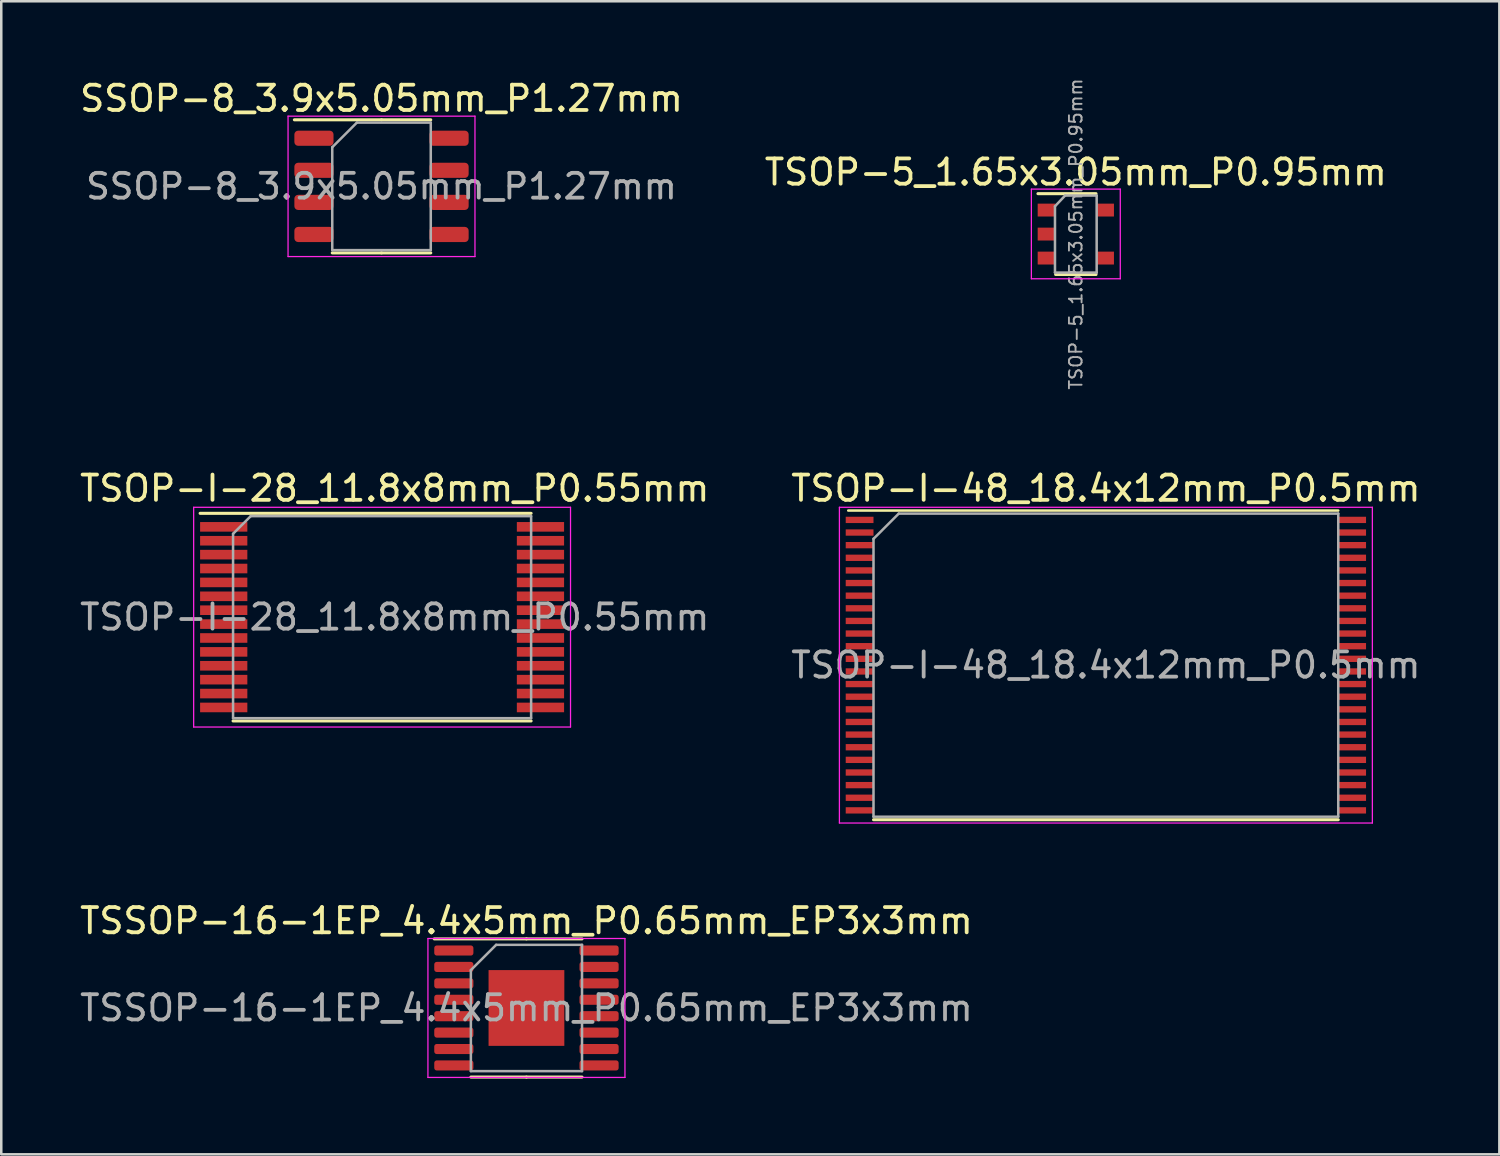
<source format=kicad_pcb>
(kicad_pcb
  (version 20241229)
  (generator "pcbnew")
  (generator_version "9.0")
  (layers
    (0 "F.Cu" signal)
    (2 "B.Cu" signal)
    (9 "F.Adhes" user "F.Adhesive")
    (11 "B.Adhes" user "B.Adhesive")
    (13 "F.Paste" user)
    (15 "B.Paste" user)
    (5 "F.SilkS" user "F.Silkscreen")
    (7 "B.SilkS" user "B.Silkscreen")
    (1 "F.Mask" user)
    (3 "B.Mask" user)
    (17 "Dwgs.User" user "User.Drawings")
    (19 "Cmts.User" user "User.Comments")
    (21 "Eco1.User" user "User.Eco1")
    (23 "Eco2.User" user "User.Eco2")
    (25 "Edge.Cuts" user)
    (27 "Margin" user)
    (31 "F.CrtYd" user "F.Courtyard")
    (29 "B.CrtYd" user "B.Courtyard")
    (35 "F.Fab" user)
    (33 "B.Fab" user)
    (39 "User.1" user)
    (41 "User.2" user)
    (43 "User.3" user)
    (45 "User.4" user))
  (footprint "TSOP-I-48_18.4x12mm_P0.5mm"
    (layer "F.Cu")
    (at 40.732 23.283)
    (property "Reference" "TSOP-I-48_18.4x12mm_P0.5mm" (at 0 -7 0) (layer "F.SilkS") (effects (font (size 1 1) (thickness 0.15))))
    (attr smd)
    (fp_line (start -9.2 6.12) (end 9.2 6.12) (stroke (width 0.12) (type solid)) (layer "F.SilkS"))
    (fp_line (start 9.2 -6.12) (end -10.2 -6.12) (stroke (width 0.1) (type solid)) (layer "F.SilkS"))
    (fp_line (start -10.55 -6.25) (end 10.55 -6.25) (stroke (width 0.05) (type solid)) (layer "F.CrtYd"))
    (fp_line (start -10.55 6.25) (end -10.55 -6.25) (stroke (width 0.05) (type solid)) (layer "F.CrtYd"))
    (fp_line (start 10.55 -6.25) (end 10.55 6.25) (stroke (width 0.05) (type solid)) (layer "F.CrtYd"))
    (fp_line (start 10.55 6.25) (end -10.55 6.25) (stroke (width 0.05) (type solid)) (layer "F.CrtYd"))
    (fp_line (start -9.2 6) (end -9.2 -5) (stroke (width 0.1) (type solid)) (layer "F.Fab"))
    (fp_line (start -8.2 -6) (end -9.2 -5) (stroke (width 0.1) (type solid)) (layer "F.Fab"))
    (fp_line (start -8.2 -6) (end 9.2 -6) (stroke (width 0.1) (type solid)) (layer "F.Fab"))
    (fp_line (start 9.2 -6) (end 9.2 6) (stroke (width 0.1) (type solid)) (layer "F.Fab"))
    (fp_line (start 9.2 6) (end -9.2 6) (stroke (width 0.1) (type solid)) (layer "F.Fab"))
    (fp_text user "${REFERENCE}" (at 0 0 0) (layer "F.Fab") (effects (font (size 1 1) (thickness 0.15))))
    (pad "1" smd rect (at -9.75 -5.75) (size 1.1 0.25) (layers "F.Cu" "F.Mask" "F.Paste"))
    (pad "2" smd rect (at -9.75 -5.25) (size 1.1 0.25) (layers "F.Cu" "F.Mask" "F.Paste"))
    (pad "3" smd rect (at -9.75 -4.75) (size 1.1 0.25) (layers "F.Cu" "F.Mask" "F.Paste"))
    (pad "4" smd rect (at -9.75 -4.25) (size 1.1 0.25) (layers "F.Cu" "F.Mask" "F.Paste"))
    (pad "5" smd rect (at -9.75 -3.75) (size 1.1 0.25) (layers "F.Cu" "F.Mask" "F.Paste"))
    (pad "6" smd rect (at -9.75 -3.25) (size 1.1 0.25) (layers "F.Cu" "F.Mask" "F.Paste"))
    (pad "7" smd rect (at -9.75 -2.75) (size 1.1 0.25) (layers "F.Cu" "F.Mask" "F.Paste"))
    (pad "8" smd rect (at -9.75 -2.25) (size 1.1 0.25) (layers "F.Cu" "F.Mask" "F.Paste"))
    (pad "9" smd rect (at -9.75 -1.75) (size 1.1 0.25) (layers "F.Cu" "F.Mask" "F.Paste"))
    (pad "10" smd rect (at -9.75 -1.25) (size 1.1 0.25) (layers "F.Cu" "F.Mask" "F.Paste"))
    (pad "11" smd rect (at -9.75 -0.75) (size 1.1 0.25) (layers "F.Cu" "F.Mask" "F.Paste"))
    (pad "12" smd rect (at -9.75 -0.25) (size 1.1 0.25) (layers "F.Cu" "F.Mask" "F.Paste"))
    (pad "13" smd rect (at -9.75 0.25) (size 1.1 0.25) (layers "F.Cu" "F.Mask" "F.Paste"))
    (pad "14" smd rect (at -9.75 0.75) (size 1.1 0.25) (layers "F.Cu" "F.Mask" "F.Paste"))
    (pad "15" smd rect (at -9.75 1.25) (size 1.1 0.25) (layers "F.Cu" "F.Mask" "F.Paste"))
    (pad "16" smd rect (at -9.75 1.75) (size 1.1 0.25) (layers "F.Cu" "F.Mask" "F.Paste"))
    (pad "17" smd rect (at -9.75 2.25) (size 1.1 0.25) (layers "F.Cu" "F.Mask" "F.Paste"))
    (pad "18" smd rect (at -9.75 2.75) (size 1.1 0.25) (layers "F.Cu" "F.Mask" "F.Paste"))
    (pad "19" smd rect (at -9.75 3.25) (size 1.1 0.25) (layers "F.Cu" "F.Mask" "F.Paste"))
    (pad "20" smd rect (at -9.75 3.75) (size 1.1 0.25) (layers "F.Cu" "F.Mask" "F.Paste"))
    (pad "21" smd rect (at -9.75 4.25) (size 1.1 0.25) (layers "F.Cu" "F.Mask" "F.Paste"))
    (pad "22" smd rect (at -9.75 4.75) (size 1.1 0.25) (layers "F.Cu" "F.Mask" "F.Paste"))
    (pad "23" smd rect (at -9.75 5.25) (size 1.1 0.25) (layers "F.Cu" "F.Mask" "F.Paste"))
    (pad "24" smd rect (at -9.75 5.75) (size 1.1 0.25) (layers "F.Cu" "F.Mask" "F.Paste"))
    (pad "25" smd rect (at 9.75 5.75) (size 1.1 0.25) (layers "F.Cu" "F.Mask" "F.Paste"))
    (pad "26" smd rect (at 9.75 5.25) (size 1.1 0.25) (layers "F.Cu" "F.Mask" "F.Paste"))
    (pad "27" smd rect (at 9.75 4.75) (size 1.1 0.25) (layers "F.Cu" "F.Mask" "F.Paste"))
    (pad "28" smd rect (at 9.75 4.25) (size 1.1 0.25) (layers "F.Cu" "F.Mask" "F.Paste"))
    (pad "29" smd rect (at 9.75 3.75) (size 1.1 0.25) (layers "F.Cu" "F.Mask" "F.Paste"))
    (pad "30" smd rect (at 9.75 3.25) (size 1.1 0.25) (layers "F.Cu" "F.Mask" "F.Paste"))
    (pad "31" smd rect (at 9.75 2.75) (size 1.1 0.25) (layers "F.Cu" "F.Mask" "F.Paste"))
    (pad "32" smd rect (at 9.75 2.25) (size 1.1 0.25) (layers "F.Cu" "F.Mask" "F.Paste"))
    (pad "33" smd rect (at 9.75 1.75) (size 1.1 0.25) (layers "F.Cu" "F.Mask" "F.Paste"))
    (pad "34" smd rect (at 9.75 1.25) (size 1.1 0.25) (layers "F.Cu" "F.Mask" "F.Paste"))
    (pad "35" smd rect (at 9.75 0.75) (size 1.1 0.25) (layers "F.Cu" "F.Mask" "F.Paste"))
    (pad "36" smd rect (at 9.75 0.25) (size 1.1 0.25) (layers "F.Cu" "F.Mask" "F.Paste"))
    (pad "37" smd rect (at 9.75 -0.25) (size 1.1 0.25) (layers "F.Cu" "F.Mask" "F.Paste"))
    (pad "38" smd rect (at 9.75 -0.75) (size 1.1 0.25) (layers "F.Cu" "F.Mask" "F.Paste"))
    (pad "39" smd rect (at 9.75 -1.25) (size 1.1 0.25) (layers "F.Cu" "F.Mask" "F.Paste"))
    (pad "40" smd rect (at 9.75 -1.75) (size 1.1 0.25) (layers "F.Cu" "F.Mask" "F.Paste"))
    (pad "41" smd rect (at 9.75 -2.25) (size 1.1 0.25) (layers "F.Cu" "F.Mask" "F.Paste"))
    (pad "42" smd rect (at 9.75 -2.75) (size 1.1 0.25) (layers "F.Cu" "F.Mask" "F.Paste"))
    (pad "43" smd rect (at 9.75 -3.25) (size 1.1 0.25) (layers "F.Cu" "F.Mask" "F.Paste"))
    (pad "44" smd rect (at 9.75 -3.75) (size 1.1 0.25) (layers "F.Cu" "F.Mask" "F.Paste"))
    (pad "45" smd rect (at 9.75 -4.25) (size 1.1 0.25) (layers "F.Cu" "F.Mask" "F.Paste"))
    (pad "46" smd rect (at 9.75 -4.75) (size 1.1 0.25) (layers "F.Cu" "F.Mask" "F.Paste"))
    (pad "47" smd rect (at 9.75 -5.25) (size 1.1 0.25) (layers "F.Cu" "F.Mask" "F.Paste"))
    (pad "48" smd rect (at 9.75 -5.75) (size 1.1 0.25) (layers "F.Cu" "F.Mask" "F.Paste")))
  (footprint "TSOP-5_1.65x3.05mm_P0.95mm"
    (layer "F.Cu")
    (at 39.542 6.217)
    (property "Reference" "TSOP-5_1.65x3.05mm_P0.95mm" (at 0 -2.45 0) (layer "F.SilkS") (effects (font (size 1 1) (thickness 0.15))))
    (attr smd)
    (fp_line (start -0.8 1.6) (end 0.8 1.6) (stroke (width 0.12) (type solid)) (layer "F.SilkS"))
    (fp_line (start 0.8 -1.6) (end -1.5 -1.6) (stroke (width 0.12) (type solid)) (layer "F.SilkS"))
    (fp_line (start -1.76 -1.78) (end -1.76 1.77) (stroke (width 0.05) (type solid)) (layer "F.CrtYd"))
    (fp_line (start -1.76 -1.78) (end 1.76 -1.78) (stroke (width 0.05) (type solid)) (layer "F.CrtYd"))
    (fp_line (start 1.76 1.77) (end -1.76 1.77) (stroke (width 0.05) (type solid)) (layer "F.CrtYd"))
    (fp_line (start 1.76 1.77) (end 1.76 -1.78) (stroke (width 0.05) (type solid)) (layer "F.CrtYd"))
    (fp_line (start -0.825 -1.1) (end -0.825 1.525) (stroke (width 0.1) (type solid)) (layer "F.Fab"))
    (fp_line (start -0.825 -1.1) (end -0.425 -1.525) (stroke (width 0.1) (type solid)) (layer "F.Fab"))
    (fp_line (start 0.825 -1.525) (end -0.425 -1.525) (stroke (width 0.1) (type solid)) (layer "F.Fab"))
    (fp_line (start 0.825 -1.525) (end 0.825 1.525) (stroke (width 0.1) (type solid)) (layer "F.Fab"))
    (fp_line (start 0.825 1.525) (end -0.825 1.525) (stroke (width 0.1) (type solid)) (layer "F.Fab"))
    (fp_text user "${REFERENCE}" (at 0 0 90) (layer "F.Fab") (effects (font (size 0.5 0.5) (thickness 0.075))))
    (pad "1" smd rect (at -1.16 -0.95) (size 0.7 0.51) (layers "F.Cu" "F.Mask" "F.Paste"))
    (pad "2" smd rect (at -1.16 0) (size 0.7 0.51) (layers "F.Cu" "F.Mask" "F.Paste"))
    (pad "3" smd rect (at -1.16 0.95) (size 0.7 0.51) (layers "F.Cu" "F.Mask" "F.Paste"))
    (pad "4" smd rect (at 1.16 0.95) (size 0.7 0.51) (layers "F.Cu" "F.Mask" "F.Paste"))
    (pad "5" smd rect (at 1.16 -0.95) (size 0.7 0.51) (layers "F.Cu" "F.Mask" "F.Paste")))
  (footprint "SSOP-8_3.9x5.05mm_P1.27mm"
    (layer "F.Cu")
    (at 12.054 4.328)
    (property "Reference" "SSOP-8_3.9x5.05mm_P1.27mm" (at 0 -3.48 0) (layer "F.SilkS") (effects (font (size 1 1) (thickness 0.15))))
    (attr smd)
    (fp_line (start 0 -2.635) (end -3.45 -2.635) (stroke (width 0.12) (type solid)) (layer "F.SilkS"))
    (fp_line (start 0 -2.635) (end 1.95 -2.635) (stroke (width 0.12) (type solid)) (layer "F.SilkS"))
    (fp_line (start 0 2.635) (end -1.95 2.635) (stroke (width 0.12) (type solid)) (layer "F.SilkS"))
    (fp_line (start 0 2.635) (end 1.95 2.635) (stroke (width 0.12) (type solid)) (layer "F.SilkS"))
    (fp_line (start -3.7 -2.78) (end -3.7 2.78) (stroke (width 0.05) (type solid)) (layer "F.CrtYd"))
    (fp_line (start -3.7 2.78) (end 3.7 2.78) (stroke (width 0.05) (type solid)) (layer "F.CrtYd"))
    (fp_line (start 3.7 -2.78) (end -3.7 -2.78) (stroke (width 0.05) (type solid)) (layer "F.CrtYd"))
    (fp_line (start 3.7 2.78) (end 3.7 -2.78) (stroke (width 0.05) (type solid)) (layer "F.CrtYd"))
    (fp_line (start -1.95 -1.55) (end -0.975 -2.525) (stroke (width 0.1) (type solid)) (layer "F.Fab"))
    (fp_line (start -1.95 2.525) (end -1.95 -1.55) (stroke (width 0.1) (type solid)) (layer "F.Fab"))
    (fp_line (start -0.975 -2.525) (end 1.95 -2.525) (stroke (width 0.1) (type solid)) (layer "F.Fab"))
    (fp_line (start 1.95 -2.525) (end 1.95 2.525) (stroke (width 0.1) (type solid)) (layer "F.Fab"))
    (fp_line (start 1.95 2.525) (end -1.95 2.525) (stroke (width 0.1) (type solid)) (layer "F.Fab"))
    (fp_text user "${REFERENCE}" (at 0 0 0) (layer "F.Fab") (effects (font (size 0.98 0.98) (thickness 0.15))))
    (pad "1" smd roundrect (at -2.675 -1.905) (size 1.55 0.6) (layers "F.Cu" "F.Mask" "F.Paste") (roundrect_rratio 0.25))
    (pad "2" smd roundrect (at -2.675 -0.635) (size 1.55 0.6) (layers "F.Cu" "F.Mask" "F.Paste") (roundrect_rratio 0.25))
    (pad "3" smd roundrect (at -2.675 0.635) (size 1.55 0.6) (layers "F.Cu" "F.Mask" "F.Paste") (roundrect_rratio 0.25))
    (pad "4" smd roundrect (at -2.675 1.905) (size 1.55 0.6) (layers "F.Cu" "F.Mask" "F.Paste") (roundrect_rratio 0.25))
    (pad "5" smd roundrect (at 2.675 1.905) (size 1.55 0.6) (layers "F.Cu" "F.Mask" "F.Paste") (roundrect_rratio 0.25))
    (pad "6" smd roundrect (at 2.675 0.635) (size 1.55 0.6) (layers "F.Cu" "F.Mask" "F.Paste") (roundrect_rratio 0.25))
    (pad "7" smd roundrect (at 2.675 -0.635) (size 1.55 0.6) (layers "F.Cu" "F.Mask" "F.Paste") (roundrect_rratio 0.25))
    (pad "8" smd roundrect (at 2.675 -1.905) (size 1.55 0.6) (layers "F.Cu" "F.Mask" "F.Paste") (roundrect_rratio 0.25)))
  (footprint "TSSOP-16-1EP_4.4x5mm_P0.65mm_EP3x3mm"
    (layer "F.Cu")
    (at 17.792 36.856)
    (property "Reference" "TSSOP-16-1EP_4.4x5mm_P0.65mm_EP3x3mm" (at 0 -3.45 0) (layer "F.SilkS") (effects (font (size 1 1) (thickness 0.15))))
    (attr smd)
    (fp_line (start 0 -2.735) (end -3.65 -2.735) (stroke (width 0.12) (type solid)) (layer "F.SilkS"))
    (fp_line (start 0 -2.735) (end 2.2 -2.735) (stroke (width 0.12) (type solid)) (layer "F.SilkS"))
    (fp_line (start 0 2.735) (end -2.2 2.735) (stroke (width 0.12) (type solid)) (layer "F.SilkS"))
    (fp_line (start 0 2.735) (end 2.2 2.735) (stroke (width 0.12) (type solid)) (layer "F.SilkS"))
    (fp_line (start -3.9 -2.75) (end -3.9 2.75) (stroke (width 0.05) (type solid)) (layer "F.CrtYd"))
    (fp_line (start -3.9 2.75) (end 3.9 2.75) (stroke (width 0.05) (type solid)) (layer "F.CrtYd"))
    (fp_line (start 3.9 -2.75) (end -3.9 -2.75) (stroke (width 0.05) (type solid)) (layer "F.CrtYd"))
    (fp_line (start 3.9 2.75) (end 3.9 -2.75) (stroke (width 0.05) (type solid)) (layer "F.CrtYd"))
    (fp_line (start -2.2 -1.5) (end -1.2 -2.5) (stroke (width 0.1) (type solid)) (layer "F.Fab"))
    (fp_line (start -2.2 2.5) (end -2.2 -1.5) (stroke (width 0.1) (type solid)) (layer "F.Fab"))
    (fp_line (start -1.2 -2.5) (end 2.2 -2.5) (stroke (width 0.1) (type solid)) (layer "F.Fab"))
    (fp_line (start 2.2 -2.5) (end 2.2 2.5) (stroke (width 0.1) (type solid)) (layer "F.Fab"))
    (fp_line (start 2.2 2.5) (end -2.2 2.5) (stroke (width 0.1) (type solid)) (layer "F.Fab"))
    (fp_text user "${REFERENCE}" (at 0 0 0) (layer "F.Fab") (effects (font (size 1 1) (thickness 0.15))))
    (pad "" smd roundrect (at -0.75 -0.75) (size 1.21 1.21) (layers "F.Paste") (roundrect_rratio 0.207))
    (pad "" smd roundrect (at -0.75 0.75) (size 1.21 1.21) (layers "F.Paste") (roundrect_rratio 0.207))
    (pad "" smd roundrect (at 0.75 -0.75) (size 1.21 1.21) (layers "F.Paste") (roundrect_rratio 0.207))
    (pad "" smd roundrect (at 0.75 0.75) (size 1.21 1.21) (layers "F.Paste") (roundrect_rratio 0.207))
    (pad "1" smd roundrect (at -2.875 -2.275) (size 1.55 0.4) (layers "F.Cu" "F.Mask" "F.Paste") (roundrect_rratio 0.25))
    (pad "2" smd roundrect (at -2.875 -1.625) (size 1.55 0.4) (layers "F.Cu" "F.Mask" "F.Paste") (roundrect_rratio 0.25))
    (pad "3" smd roundrect (at -2.875 -0.975) (size 1.55 0.4) (layers "F.Cu" "F.Mask" "F.Paste") (roundrect_rratio 0.25))
    (pad "4" smd roundrect (at -2.875 -0.325) (size 1.55 0.4) (layers "F.Cu" "F.Mask" "F.Paste") (roundrect_rratio 0.25))
    (pad "5" smd roundrect (at -2.875 0.325) (size 1.55 0.4) (layers "F.Cu" "F.Mask" "F.Paste") (roundrect_rratio 0.25))
    (pad "6" smd roundrect (at -2.875 0.975) (size 1.55 0.4) (layers "F.Cu" "F.Mask" "F.Paste") (roundrect_rratio 0.25))
    (pad "7" smd roundrect (at -2.875 1.625) (size 1.55 0.4) (layers "F.Cu" "F.Mask" "F.Paste") (roundrect_rratio 0.25))
    (pad "8" smd roundrect (at -2.875 2.275) (size 1.55 0.4) (layers "F.Cu" "F.Mask" "F.Paste") (roundrect_rratio 0.25))
    (pad "9" smd roundrect (at 2.875 2.275) (size 1.55 0.4) (layers "F.Cu" "F.Mask" "F.Paste") (roundrect_rratio 0.25))
    (pad "10" smd roundrect (at 2.875 1.625) (size 1.55 0.4) (layers "F.Cu" "F.Mask" "F.Paste") (roundrect_rratio 0.25))
    (pad "11" smd roundrect (at 2.875 0.975) (size 1.55 0.4) (layers "F.Cu" "F.Mask" "F.Paste") (roundrect_rratio 0.25))
    (pad "12" smd roundrect (at 2.875 0.325) (size 1.55 0.4) (layers "F.Cu" "F.Mask" "F.Paste") (roundrect_rratio 0.25))
    (pad "13" smd roundrect (at 2.875 -0.325) (size 1.55 0.4) (layers "F.Cu" "F.Mask" "F.Paste") (roundrect_rratio 0.25))
    (pad "14" smd roundrect (at 2.875 -0.975) (size 1.55 0.4) (layers "F.Cu" "F.Mask" "F.Paste") (roundrect_rratio 0.25))
    (pad "15" smd roundrect (at 2.875 -1.625) (size 1.55 0.4) (layers "F.Cu" "F.Mask" "F.Paste") (roundrect_rratio 0.25))
    (pad "16" smd roundrect (at 2.875 -2.275) (size 1.55 0.4) (layers "F.Cu" "F.Mask" "F.Paste") (roundrect_rratio 0.25))
    (pad "17" smd rect (at 0 0) (size 3 3) (layers "F.Cu" "F.Mask")))
  (footprint "TSOP-I-28_11.8x8mm_P0.55mm"
    (layer "F.Cu")
    (at 12.077 21.383)
    (property "Reference" "TSOP-I-28_11.8x8mm_P0.55mm" (at 0.5 -5.1 0) (layer "F.SilkS") (effects (font (size 1 1) (thickness 0.15))))
    (attr smd)
    (fp_line (start -7.205 -4.11) (end 5.9 -4.11) (stroke (width 0.12) (type solid)) (layer "F.SilkS"))
    (fp_line (start -5.9 4.11) (end 5.9 4.11) (stroke (width 0.12) (type solid)) (layer "F.SilkS"))
    (fp_line (start -7.46 -4.35) (end -7.46 4.35) (stroke (width 0.05) (type solid)) (layer "F.CrtYd"))
    (fp_line (start -7.46 -4.35) (end 7.46 -4.35) (stroke (width 0.05) (type solid)) (layer "F.CrtYd"))
    (fp_line (start 7.46 4.35) (end -7.46 4.35) (stroke (width 0.05) (type solid)) (layer "F.CrtYd"))
    (fp_line (start 7.46 4.35) (end 7.46 -4.35) (stroke (width 0.05) (type solid)) (layer "F.CrtYd"))
    (fp_line (start -5.9 -3.3) (end -5.9 4) (stroke (width 0.1) (type solid)) (layer "F.Fab"))
    (fp_line (start -5.9 -3.3) (end -5.2 -4) (stroke (width 0.1) (type solid)) (layer "F.Fab"))
    (fp_line (start 5.9 -4) (end -5.2 -4) (stroke (width 0.1) (type solid)) (layer "F.Fab"))
    (fp_line (start 5.9 -4) (end 5.9 4) (stroke (width 0.1) (type solid)) (layer "F.Fab"))
    (fp_line (start 5.9 4) (end -5.9 4) (stroke (width 0.1) (type solid)) (layer "F.Fab"))
    (fp_text user "${REFERENCE}" (at 0.5 0 0) (layer "F.Fab") (effects (font (size 1 1) (thickness 0.15))))
    (pad "1" smd rect (at -6.27 -3.575) (size 1.87 0.38) (layers "F.Cu" "F.Mask" "F.Paste"))
    (pad "2" smd rect (at -6.27 -3.025) (size 1.87 0.38) (layers "F.Cu" "F.Mask" "F.Paste"))
    (pad "3" smd rect (at -6.27 -2.475) (size 1.87 0.38) (layers "F.Cu" "F.Mask" "F.Paste"))
    (pad "4" smd rect (at -6.27 -1.925) (size 1.87 0.38) (layers "F.Cu" "F.Mask" "F.Paste"))
    (pad "5" smd rect (at -6.27 -1.375) (size 1.87 0.38) (layers "F.Cu" "F.Mask" "F.Paste"))
    (pad "6" smd rect (at -6.27 -0.825) (size 1.87 0.38) (layers "F.Cu" "F.Mask" "F.Paste"))
    (pad "7" smd rect (at -6.27 -0.275) (size 1.87 0.38) (layers "F.Cu" "F.Mask" "F.Paste"))
    (pad "8" smd rect (at -6.27 0.275) (size 1.87 0.38) (layers "F.Cu" "F.Mask" "F.Paste"))
    (pad "9" smd rect (at -6.27 0.825) (size 1.87 0.38) (layers "F.Cu" "F.Mask" "F.Paste"))
    (pad "10" smd rect (at -6.27 1.375) (size 1.87 0.38) (layers "F.Cu" "F.Mask" "F.Paste"))
    (pad "11" smd rect (at -6.27 1.925) (size 1.87 0.38) (layers "F.Cu" "F.Mask" "F.Paste"))
    (pad "12" smd rect (at -6.27 2.475) (size 1.87 0.38) (layers "F.Cu" "F.Mask" "F.Paste"))
    (pad "13" smd rect (at -6.27 3.025) (size 1.87 0.38) (layers "F.Cu" "F.Mask" "F.Paste"))
    (pad "14" smd rect (at -6.27 3.575) (size 1.87 0.38) (layers "F.Cu" "F.Mask" "F.Paste"))
    (pad "15" smd rect (at 6.27 3.575) (size 1.87 0.38) (layers "F.Cu" "F.Mask" "F.Paste"))
    (pad "16" smd rect (at 6.27 3.025) (size 1.87 0.38) (layers "F.Cu" "F.Mask" "F.Paste"))
    (pad "17" smd rect (at 6.27 2.475) (size 1.87 0.38) (layers "F.Cu" "F.Mask" "F.Paste"))
    (pad "18" smd rect (at 6.27 1.925) (size 1.87 0.38) (layers "F.Cu" "F.Mask" "F.Paste"))
    (pad "19" smd rect (at 6.27 1.375) (size 1.87 0.38) (layers "F.Cu" "F.Mask" "F.Paste"))
    (pad "20" smd rect (at 6.27 0.825) (size 1.87 0.38) (layers "F.Cu" "F.Mask" "F.Paste"))
    (pad "21" smd rect (at 6.27 0.275) (size 1.87 0.38) (layers "F.Cu" "F.Mask" "F.Paste"))
    (pad "22" smd rect (at 6.27 -0.275) (size 1.87 0.38) (layers "F.Cu" "F.Mask" "F.Paste"))
    (pad "23" smd rect (at 6.27 -0.825) (size 1.87 0.38) (layers "F.Cu" "F.Mask" "F.Paste"))
    (pad "24" smd rect (at 6.27 -1.375) (size 1.87 0.38) (layers "F.Cu" "F.Mask" "F.Paste"))
    (pad "25" smd rect (at 6.27 -1.925) (size 1.87 0.38) (layers "F.Cu" "F.Mask" "F.Paste"))
    (pad "26" smd rect (at 6.27 -2.475) (size 1.87 0.38) (layers "F.Cu" "F.Mask" "F.Paste"))
    (pad "27" smd rect (at 6.27 -3.025) (size 1.87 0.38) (layers "F.Cu" "F.Mask" "F.Paste"))
    (pad "28" smd rect (at 6.27 -3.575) (size 1.87 0.38) (layers "F.Cu" "F.Mask" "F.Paste")))
  (gr_rect
    (start -3 -3)
    (end 56.31 42.651)
    (stroke (width 0.1) (type default))
    (fill no)
    (layer "Edge.Cuts")))
</source>
